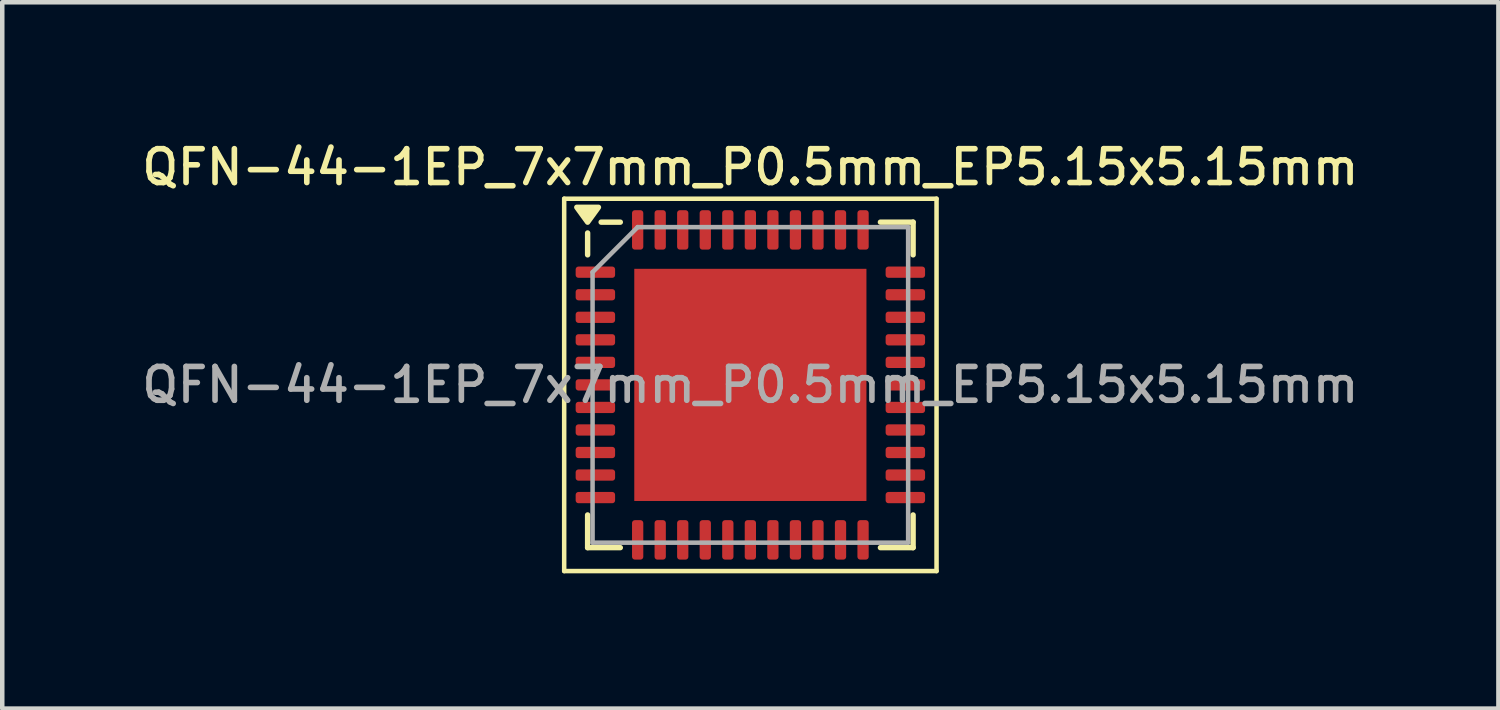
<source format=kicad_pcb>
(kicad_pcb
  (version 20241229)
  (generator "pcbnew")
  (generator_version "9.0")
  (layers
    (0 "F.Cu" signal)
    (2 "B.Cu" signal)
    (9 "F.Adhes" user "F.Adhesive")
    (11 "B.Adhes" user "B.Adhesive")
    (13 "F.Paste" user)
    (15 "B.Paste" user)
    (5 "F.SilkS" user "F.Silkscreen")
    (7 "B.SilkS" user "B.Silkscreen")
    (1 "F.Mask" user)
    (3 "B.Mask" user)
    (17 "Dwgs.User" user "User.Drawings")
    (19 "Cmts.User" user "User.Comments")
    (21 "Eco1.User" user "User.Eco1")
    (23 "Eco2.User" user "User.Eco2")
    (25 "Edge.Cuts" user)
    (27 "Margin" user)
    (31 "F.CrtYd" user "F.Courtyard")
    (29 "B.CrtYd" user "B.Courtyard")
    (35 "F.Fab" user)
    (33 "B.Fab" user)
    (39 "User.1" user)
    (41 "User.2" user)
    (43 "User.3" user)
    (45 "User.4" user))
  (footprint "QFN-44-1EP_7x7mm_P0.5mm_EP5.15x5.15mm"
    (layer "F.Cu")
    (at 13.595 5.488)
    (property "Reference" "QFN-44-1EP_7x7mm_P0.5mm_EP5.15x5.15mm" (at 0 -4.83 0) (layer "F.SilkS") (effects (font (size 0.75 0.75) (thickness 0.125))))
    (attr smd)
    (fp_line (start -4.13 -4.13) (end -4.13 4.13) (stroke (width 0.1) (type solid)) (layer "F.SilkS"))
    (fp_line (start -4.13 4.13) (end 4.13 4.13) (stroke (width 0.1) (type solid)) (layer "F.SilkS"))
    (fp_line (start -3.61 -2.885) (end -3.61 -3.37) (stroke (width 0.12) (type solid)) (layer "F.SilkS"))
    (fp_line (start -3.61 3.61) (end -3.61 2.885) (stroke (width 0.12) (type solid)) (layer "F.SilkS"))
    (fp_line (start -2.885 -3.61) (end -3.31 -3.61) (stroke (width 0.12) (type solid)) (layer "F.SilkS"))
    (fp_line (start -2.885 3.61) (end -3.61 3.61) (stroke (width 0.12) (type solid)) (layer "F.SilkS"))
    (fp_line (start 2.885 -3.61) (end 3.61 -3.61) (stroke (width 0.12) (type solid)) (layer "F.SilkS"))
    (fp_line (start 2.885 3.61) (end 3.61 3.61) (stroke (width 0.12) (type solid)) (layer "F.SilkS"))
    (fp_line (start 3.61 -3.61) (end 3.61 -2.885) (stroke (width 0.12) (type solid)) (layer "F.SilkS"))
    (fp_line (start 3.61 3.61) (end 3.61 2.885) (stroke (width 0.12) (type solid)) (layer "F.SilkS"))
    (fp_line (start 4.13 -4.13) (end -4.13 -4.13) (stroke (width 0.1) (type solid)) (layer "F.SilkS"))
    (fp_line (start 4.13 4.13) (end 4.13 -4.13) (stroke (width 0.1) (type solid)) (layer "F.SilkS"))
    (fp_poly (pts (xy -3.61 -3.61) (xy -3.85 -3.94) (xy -3.37 -3.94) (xy -3.61 -3.61)) (stroke (width 0.12) (type solid)) (fill yes) (layer "F.SilkS"))
    (fp_line (start -3.5 -2.5) (end -2.5 -3.5) (stroke (width 0.1) (type solid)) (layer "F.Fab"))
    (fp_line (start -3.5 3.5) (end -3.5 -2.5) (stroke (width 0.1) (type solid)) (layer "F.Fab"))
    (fp_line (start -2.5 -3.5) (end 3.5 -3.5) (stroke (width 0.1) (type solid)) (layer "F.Fab"))
    (fp_line (start 3.5 -3.5) (end 3.5 3.5) (stroke (width 0.1) (type solid)) (layer "F.Fab"))
    (fp_line (start 3.5 3.5) (end -3.5 3.5) (stroke (width 0.1) (type solid)) (layer "F.Fab"))
    (fp_text user "${REFERENCE}" (at 0 0 0) (layer "F.Fab") (effects (font (size 0.75 0.75) (thickness 0.125))))
    (pad "" smd roundrect (at -1.935 -1.935) (size 1.04 1.04) (layers "F.Paste") (roundrect_rratio 0.24))
    (pad "" smd roundrect (at -1.935 -0.645) (size 1.04 1.04) (layers "F.Paste") (roundrect_rratio 0.24))
    (pad "" smd roundrect (at -1.935 0.645) (size 1.04 1.04) (layers "F.Paste") (roundrect_rratio 0.24))
    (pad "" smd roundrect (at -1.935 1.935) (size 1.04 1.04) (layers "F.Paste") (roundrect_rratio 0.24))
    (pad "" smd roundrect (at -0.645 -1.935) (size 1.04 1.04) (layers "F.Paste") (roundrect_rratio 0.24))
    (pad "" smd roundrect (at -0.645 -0.645) (size 1.04 1.04) (layers "F.Paste") (roundrect_rratio 0.24))
    (pad "" smd roundrect (at -0.645 0.645) (size 1.04 1.04) (layers "F.Paste") (roundrect_rratio 0.24))
    (pad "" smd roundrect (at -0.645 1.935) (size 1.04 1.04) (layers "F.Paste") (roundrect_rratio 0.24))
    (pad "" smd roundrect (at 0.645 -1.935) (size 1.04 1.04) (layers "F.Paste") (roundrect_rratio 0.24))
    (pad "" smd roundrect (at 0.645 -0.645) (size 1.04 1.04) (layers "F.Paste") (roundrect_rratio 0.24))
    (pad "" smd roundrect (at 0.645 0.645) (size 1.04 1.04) (layers "F.Paste") (roundrect_rratio 0.24))
    (pad "" smd roundrect (at 0.645 1.935) (size 1.04 1.04) (layers "F.Paste") (roundrect_rratio 0.24))
    (pad "" smd roundrect (at 1.935 -1.935) (size 1.04 1.04) (layers "F.Paste") (roundrect_rratio 0.24))
    (pad "" smd roundrect (at 1.935 -0.645) (size 1.04 1.04) (layers "F.Paste") (roundrect_rratio 0.24))
    (pad "" smd roundrect (at 1.935 0.645) (size 1.04 1.04) (layers "F.Paste") (roundrect_rratio 0.24))
    (pad "" smd roundrect (at 1.935 1.935) (size 1.04 1.04) (layers "F.Paste") (roundrect_rratio 0.24))
    (pad "1" smd roundrect (at -3.438 -2.5) (size 0.875 0.25) (layers "F.Cu" "F.Mask" "F.Paste") (roundrect_rratio 0.25))
    (pad "2" smd roundrect (at -3.438 -2) (size 0.875 0.25) (layers "F.Cu" "F.Mask" "F.Paste") (roundrect_rratio 0.25))
    (pad "3" smd roundrect (at -3.438 -1.5) (size 0.875 0.25) (layers "F.Cu" "F.Mask" "F.Paste") (roundrect_rratio 0.25))
    (pad "4" smd roundrect (at -3.438 -1) (size 0.875 0.25) (layers "F.Cu" "F.Mask" "F.Paste") (roundrect_rratio 0.25))
    (pad "5" smd roundrect (at -3.438 -0.5) (size 0.875 0.25) (layers "F.Cu" "F.Mask" "F.Paste") (roundrect_rratio 0.25))
    (pad "6" smd roundrect (at -3.438 0) (size 0.875 0.25) (layers "F.Cu" "F.Mask" "F.Paste") (roundrect_rratio 0.25))
    (pad "7" smd roundrect (at -3.438 0.5) (size 0.875 0.25) (layers "F.Cu" "F.Mask" "F.Paste") (roundrect_rratio 0.25))
    (pad "8" smd roundrect (at -3.438 1) (size 0.875 0.25) (layers "F.Cu" "F.Mask" "F.Paste") (roundrect_rratio 0.25))
    (pad "9" smd roundrect (at -3.438 1.5) (size 0.875 0.25) (layers "F.Cu" "F.Mask" "F.Paste") (roundrect_rratio 0.25))
    (pad "10" smd roundrect (at -3.438 2) (size 0.875 0.25) (layers "F.Cu" "F.Mask" "F.Paste") (roundrect_rratio 0.25))
    (pad "11" smd roundrect (at -3.438 2.5) (size 0.875 0.25) (layers "F.Cu" "F.Mask" "F.Paste") (roundrect_rratio 0.25))
    (pad "12" smd roundrect (at -2.5 3.438) (size 0.25 0.875) (layers "F.Cu" "F.Mask" "F.Paste") (roundrect_rratio 0.25))
    (pad "13" smd roundrect (at -2 3.438) (size 0.25 0.875) (layers "F.Cu" "F.Mask" "F.Paste") (roundrect_rratio 0.25))
    (pad "14" smd roundrect (at -1.5 3.438) (size 0.25 0.875) (layers "F.Cu" "F.Mask" "F.Paste") (roundrect_rratio 0.25))
    (pad "15" smd roundrect (at -1 3.438) (size 0.25 0.875) (layers "F.Cu" "F.Mask" "F.Paste") (roundrect_rratio 0.25))
    (pad "16" smd roundrect (at -0.5 3.438) (size 0.25 0.875) (layers "F.Cu" "F.Mask" "F.Paste") (roundrect_rratio 0.25))
    (pad "17" smd roundrect (at 0 3.438) (size 0.25 0.875) (layers "F.Cu" "F.Mask" "F.Paste") (roundrect_rratio 0.25))
    (pad "18" smd roundrect (at 0.5 3.438) (size 0.25 0.875) (layers "F.Cu" "F.Mask" "F.Paste") (roundrect_rratio 0.25))
    (pad "19" smd roundrect (at 1 3.438) (size 0.25 0.875) (layers "F.Cu" "F.Mask" "F.Paste") (roundrect_rratio 0.25))
    (pad "20" smd roundrect (at 1.5 3.438) (size 0.25 0.875) (layers "F.Cu" "F.Mask" "F.Paste") (roundrect_rratio 0.25))
    (pad "21" smd roundrect (at 2 3.438) (size 0.25 0.875) (layers "F.Cu" "F.Mask" "F.Paste") (roundrect_rratio 0.25))
    (pad "22" smd roundrect (at 2.5 3.438) (size 0.25 0.875) (layers "F.Cu" "F.Mask" "F.Paste") (roundrect_rratio 0.25))
    (pad "23" smd roundrect (at 3.438 2.5) (size 0.875 0.25) (layers "F.Cu" "F.Mask" "F.Paste") (roundrect_rratio 0.25))
    (pad "24" smd roundrect (at 3.438 2) (size 0.875 0.25) (layers "F.Cu" "F.Mask" "F.Paste") (roundrect_rratio 0.25))
    (pad "25" smd roundrect (at 3.438 1.5) (size 0.875 0.25) (layers "F.Cu" "F.Mask" "F.Paste") (roundrect_rratio 0.25))
    (pad "26" smd roundrect (at 3.438 1) (size 0.875 0.25) (layers "F.Cu" "F.Mask" "F.Paste") (roundrect_rratio 0.25))
    (pad "27" smd roundrect (at 3.438 0.5) (size 0.875 0.25) (layers "F.Cu" "F.Mask" "F.Paste") (roundrect_rratio 0.25))
    (pad "28" smd roundrect (at 3.438 0) (size 0.875 0.25) (layers "F.Cu" "F.Mask" "F.Paste") (roundrect_rratio 0.25))
    (pad "29" smd roundrect (at 3.438 -0.5) (size 0.875 0.25) (layers "F.Cu" "F.Mask" "F.Paste") (roundrect_rratio 0.25))
    (pad "30" smd roundrect (at 3.438 -1) (size 0.875 0.25) (layers "F.Cu" "F.Mask" "F.Paste") (roundrect_rratio 0.25))
    (pad "31" smd roundrect (at 3.438 -1.5) (size 0.875 0.25) (layers "F.Cu" "F.Mask" "F.Paste") (roundrect_rratio 0.25))
    (pad "32" smd roundrect (at 3.438 -2) (size 0.875 0.25) (layers "F.Cu" "F.Mask" "F.Paste") (roundrect_rratio 0.25))
    (pad "33" smd roundrect (at 3.438 -2.5) (size 0.875 0.25) (layers "F.Cu" "F.Mask" "F.Paste") (roundrect_rratio 0.25))
    (pad "34" smd roundrect (at 2.5 -3.438) (size 0.25 0.875) (layers "F.Cu" "F.Mask" "F.Paste") (roundrect_rratio 0.25))
    (pad "35" smd roundrect (at 2 -3.438) (size 0.25 0.875) (layers "F.Cu" "F.Mask" "F.Paste") (roundrect_rratio 0.25))
    (pad "36" smd roundrect (at 1.5 -3.438) (size 0.25 0.875) (layers "F.Cu" "F.Mask" "F.Paste") (roundrect_rratio 0.25))
    (pad "37" smd roundrect (at 1 -3.438) (size 0.25 0.875) (layers "F.Cu" "F.Mask" "F.Paste") (roundrect_rratio 0.25))
    (pad "38" smd roundrect (at 0.5 -3.438) (size 0.25 0.875) (layers "F.Cu" "F.Mask" "F.Paste") (roundrect_rratio 0.25))
    (pad "39" smd roundrect (at 0 -3.438) (size 0.25 0.875) (layers "F.Cu" "F.Mask" "F.Paste") (roundrect_rratio 0.25))
    (pad "40" smd roundrect (at -0.5 -3.438) (size 0.25 0.875) (layers "F.Cu" "F.Mask" "F.Paste") (roundrect_rratio 0.25))
    (pad "41" smd roundrect (at -1 -3.438) (size 0.25 0.875) (layers "F.Cu" "F.Mask" "F.Paste") (roundrect_rratio 0.25))
    (pad "42" smd roundrect (at -1.5 -3.438) (size 0.25 0.875) (layers "F.Cu" "F.Mask" "F.Paste") (roundrect_rratio 0.25))
    (pad "43" smd roundrect (at -2 -3.438) (size 0.25 0.875) (layers "F.Cu" "F.Mask" "F.Paste") (roundrect_rratio 0.25))
    (pad "44" smd roundrect (at -2.5 -3.438) (size 0.25 0.875) (layers "F.Cu" "F.Mask" "F.Paste") (roundrect_rratio 0.25))
    (pad "45" smd rect (at 0 0) (size 5.15 5.15) (property pad_prop_heatsink) (layers "F.Cu" "F.Mask")))
  (gr_rect
    (start -3 -3)
    (end 30.189 12.668)
    (stroke (width 0.1) (type default))
    (fill no)
    (layer "Edge.Cuts")))
</source>
